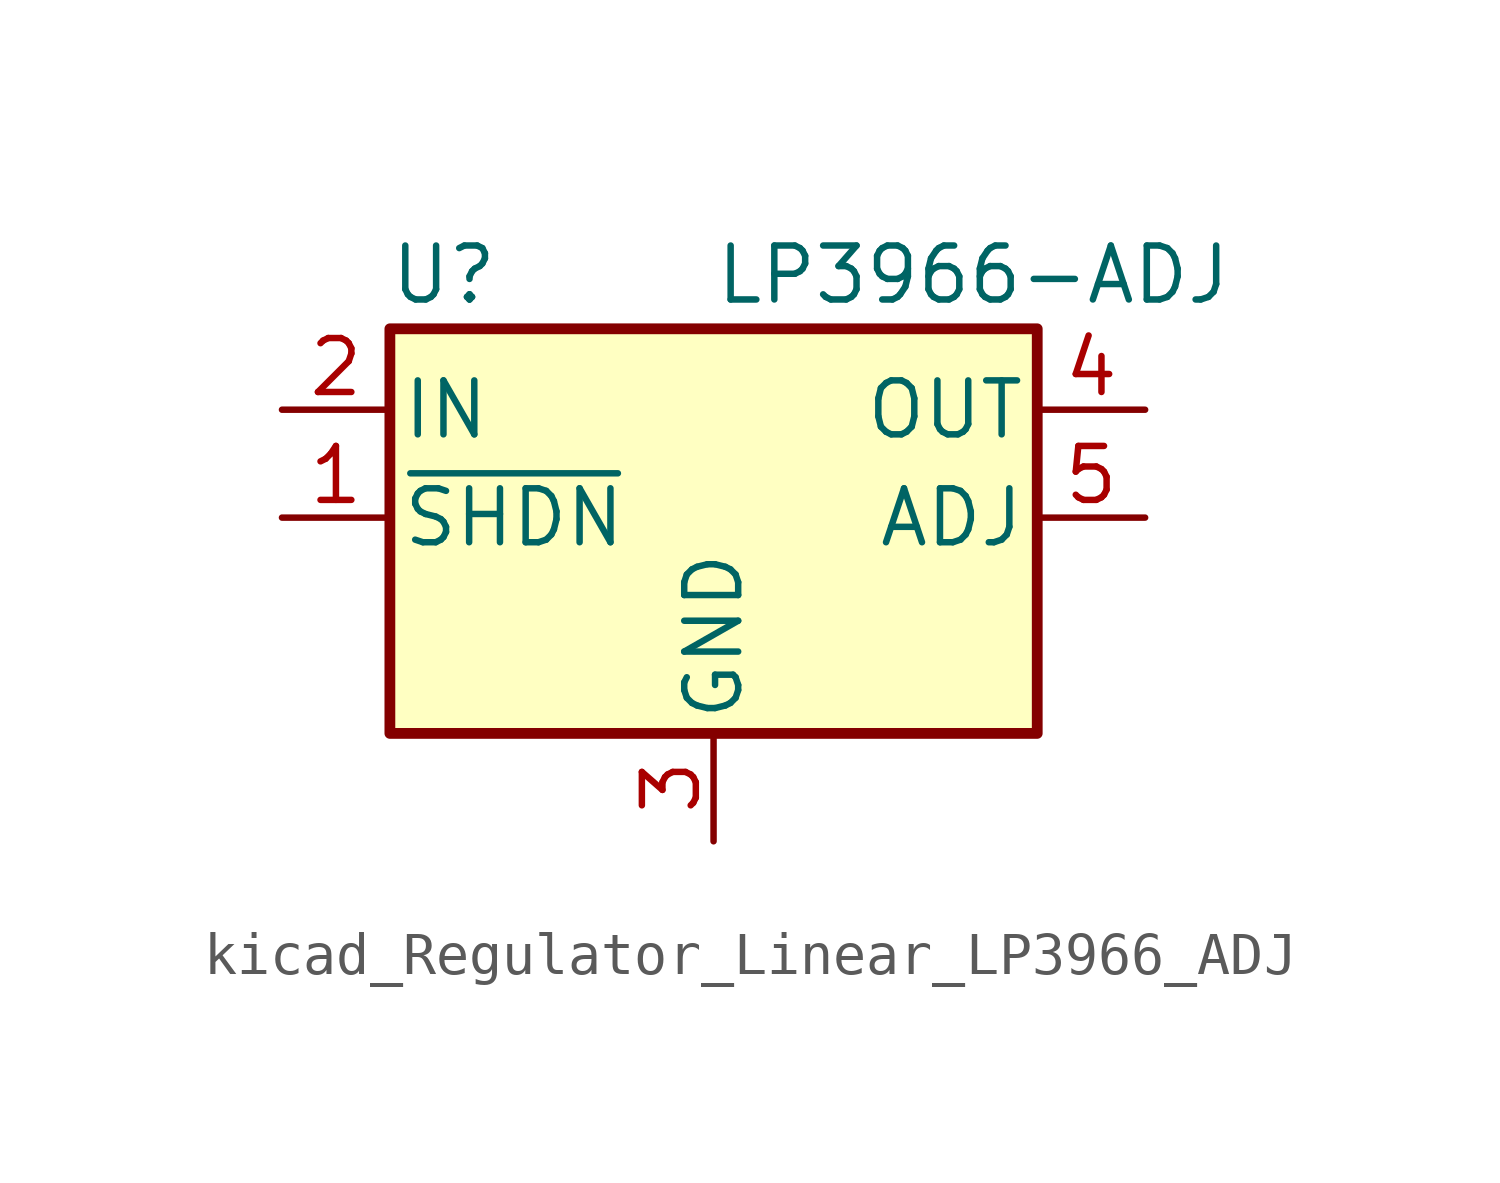
<source format=kicad_sym>
(kicad_symbol_lib
  (version 20220914)
  (generator kicad_symbol_editor)
  (symbol "kicad_Regulator_Linear_LP3966_ADJ"
    (pin_names
      (offset 0.254))
    (property "Reference" "U"
      (at -6.35 5.715 0)
      (effects (font (size 1.27 1.27))))
    (property "Value" "LP3966-ADJ"
      (at 0 5.715 0)
      (effects (font (size 1.27 1.27)) (justify left)))
    (symbol "kicad_Regulator_Linear_LP3966_ADJ_0_1"
      (rectangle (start -7.62 -5.08) (end 7.62 4.445) (stroke (width 0.254) (type default)) (fill (type background))))
    (symbol "kicad_Regulator_Linear_LP3966_ADJ_1_1"
      (pin input line (at -10.16 0 0) (length 2.54) (name "~{SHDN}" (effects (font (size 1.27 1.27)))) (number "1" (effects (font (size 1.27 1.27)))))
      (pin power_in line (at -10.16 2.54 0) (length 2.54) (name "IN" (effects (font (size 1.27 1.27)))) (number "2" (effects (font (size 1.27 1.27)))))
      (pin power_in line (at 0 -7.62 90) (length 2.54) (name "GND" (effects (font (size 1.27 1.27)))) (number "3" (effects (font (size 1.27 1.27)))))
      (pin power_out line (at 10.16 2.54 180) (length 2.54) (name "OUT" (effects (font (size 1.27 1.27)))) (number "4" (effects (font (size 1.27 1.27)))))
      (pin input line (at 10.16 0 180) (length 2.54) (name "ADJ" (effects (font (size 1.27 1.27)))) (number "5" (effects (font (size 1.27 1.27))))))))
</source>
